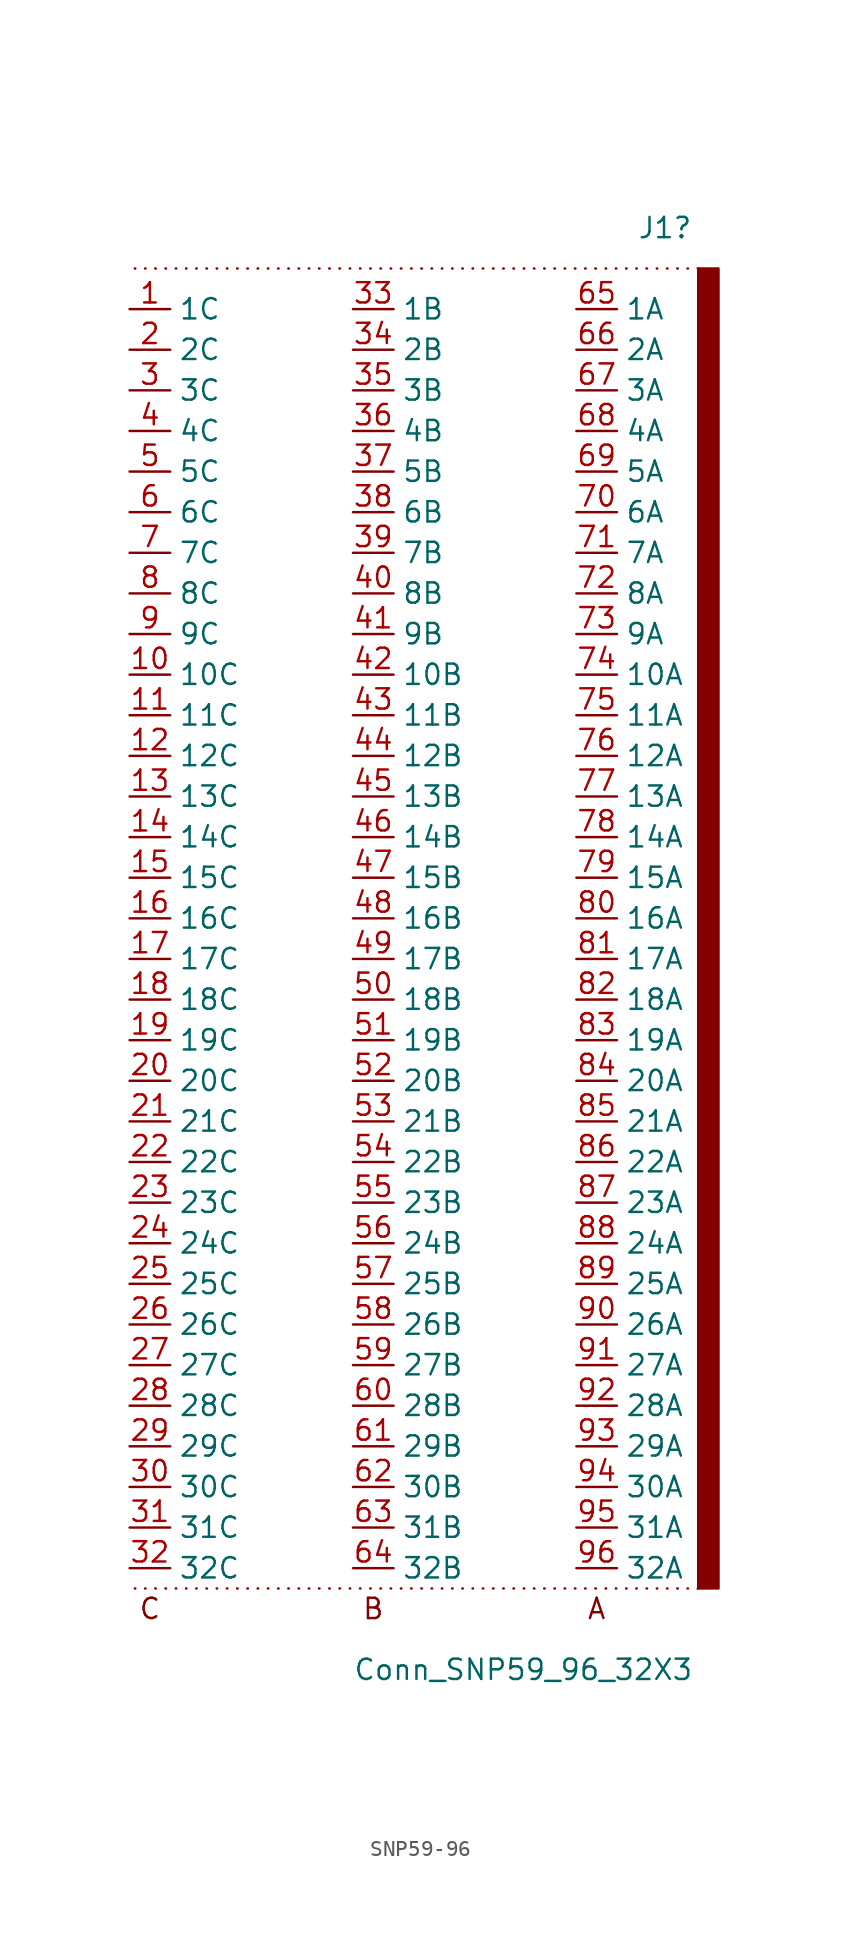
<source format=kicad_sym>
(kicad_symbol_lib
  (version 20220914)
  (generator kicad_symbol_editor)
  (symbol "SNP59-96"
    (property "Reference" "J1"
      (at 31.75 1.27 0)
      (effects (font (size 1.27 1.27)) (justify left)))
    (property "Value" "Conn_SNP59_96_32X3"
      (at 13.97 -88.9 0)
      (effects (font (size 1.27 1.27)) (justify left)))
    (symbol "SNP59-96_0_1"
      (polyline (pts (xy 35.56 -83.82) (xy 0 -83.82)) (stroke (width 0) (type dot)) (fill (type none)))
      (polyline (pts (xy 35.56 -1.27) (xy 0 -1.27)) (stroke (width 0) (type dot)) (fill (type none)))
      (rectangle (start 35.56 -1.27) (end 36.83 -83.82) (stroke (width 0) (type default)) (fill (type outline)))
      (text "A" (at 29.21 -85.09 0) (effects (font (size 1.27 1.27))))
      (text "B" (at 15.24 -85.09 0) (effects (font (size 1.27 1.27))))
      (text "C" (at 1.27 -85.09 0) (effects (font (size 1.27 1.27)))))
    (symbol "SNP59-96_1_1"
      (pin passive line (at 0 -3.81 0) (length 2.54) (name "1C" (effects (font (size 1.27 1.27)))) (number "1" (effects (font (size 1.27 1.27)))))
      (pin passive line (at 0 -26.67 0) (length 2.54) (name "10C" (effects (font (size 1.27 1.27)))) (number "10" (effects (font (size 1.27 1.27)))))
      (pin passive line (at 0 -29.21 0) (length 2.54) (name "11C" (effects (font (size 1.27 1.27)))) (number "11" (effects (font (size 1.27 1.27)))))
      (pin passive line (at 0 -31.75 0) (length 2.54) (name "12C" (effects (font (size 1.27 1.27)))) (number "12" (effects (font (size 1.27 1.27)))))
      (pin passive line (at 0 -34.29 0) (length 2.54) (name "13C" (effects (font (size 1.27 1.27)))) (number "13" (effects (font (size 1.27 1.27)))))
      (pin passive line (at 0 -36.83 0) (length 2.54) (name "14C" (effects (font (size 1.27 1.27)))) (number "14" (effects (font (size 1.27 1.27)))))
      (pin passive line (at 0 -39.37 0) (length 2.54) (name "15C" (effects (font (size 1.27 1.27)))) (number "15" (effects (font (size 1.27 1.27)))))
      (pin passive line (at 0 -41.91 0) (length 2.54) (name "16C" (effects (font (size 1.27 1.27)))) (number "16" (effects (font (size 1.27 1.27)))))
      (pin passive line (at 0 -44.45 0) (length 2.54) (name "17C" (effects (font (size 1.27 1.27)))) (number "17" (effects (font (size 1.27 1.27)))))
      (pin passive line (at 0 -46.99 0) (length 2.54) (name "18C" (effects (font (size 1.27 1.27)))) (number "18" (effects (font (size 1.27 1.27)))))
      (pin passive line (at 0 -49.53 0) (length 2.54) (name "19C" (effects (font (size 1.27 1.27)))) (number "19" (effects (font (size 1.27 1.27)))))
      (pin passive line (at 0 -6.35 0) (length 2.54) (name "2C" (effects (font (size 1.27 1.27)))) (number "2" (effects (font (size 1.27 1.27)))))
      (pin passive line (at 0 -52.07 0) (length 2.54) (name "20C" (effects (font (size 1.27 1.27)))) (number "20" (effects (font (size 1.27 1.27)))))
      (pin passive line (at 0 -54.61 0) (length 2.54) (name "21C" (effects (font (size 1.27 1.27)))) (number "21" (effects (font (size 1.27 1.27)))))
      (pin passive line (at 0 -57.15 0) (length 2.54) (name "22C" (effects (font (size 1.27 1.27)))) (number "22" (effects (font (size 1.27 1.27)))))
      (pin passive line (at 0 -59.69 0) (length 2.54) (name "23C" (effects (font (size 1.27 1.27)))) (number "23" (effects (font (size 1.27 1.27)))))
      (pin passive line (at 0 -62.23 0) (length 2.54) (name "24C" (effects (font (size 1.27 1.27)))) (number "24" (effects (font (size 1.27 1.27)))))
      (pin passive line (at 0 -64.77 0) (length 2.54) (name "25C" (effects (font (size 1.27 1.27)))) (number "25" (effects (font (size 1.27 1.27)))))
      (pin passive line (at 0 -67.31 0) (length 2.54) (name "26C" (effects (font (size 1.27 1.27)))) (number "26" (effects (font (size 1.27 1.27)))))
      (pin passive line (at 0 -69.85 0) (length 2.54) (name "27C" (effects (font (size 1.27 1.27)))) (number "27" (effects (font (size 1.27 1.27)))))
      (pin passive line (at 0 -72.39 0) (length 2.54) (name "28C" (effects (font (size 1.27 1.27)))) (number "28" (effects (font (size 1.27 1.27)))))
      (pin passive line (at 0 -74.93 0) (length 2.54) (name "29C" (effects (font (size 1.27 1.27)))) (number "29" (effects (font (size 1.27 1.27)))))
      (pin passive line (at 0 -8.89 0) (length 2.54) (name "3C" (effects (font (size 1.27 1.27)))) (number "3" (effects (font (size 1.27 1.27)))))
      (pin passive line (at 0 -77.47 0) (length 2.54) (name "30C" (effects (font (size 1.27 1.27)))) (number "30" (effects (font (size 1.27 1.27)))))
      (pin passive line (at 0 -80.01 0) (length 2.54) (name "31C" (effects (font (size 1.27 1.27)))) (number "31" (effects (font (size 1.27 1.27)))))
      (pin passive line (at 0 -82.55 0) (length 2.54) (name "32C" (effects (font (size 1.27 1.27)))) (number "32" (effects (font (size 1.27 1.27)))))
      (pin passive line (at 13.97 -3.81 0) (length 2.54) (name "1B" (effects (font (size 1.27 1.27)))) (number "33" (effects (font (size 1.27 1.27)))))
      (pin passive line (at 13.97 -6.35 0) (length 2.54) (name "2B" (effects (font (size 1.27 1.27)))) (number "34" (effects (font (size 1.27 1.27)))))
      (pin passive line (at 13.97 -8.89 0) (length 2.54) (name "3B" (effects (font (size 1.27 1.27)))) (number "35" (effects (font (size 1.27 1.27)))))
      (pin passive line (at 13.97 -11.43 0) (length 2.54) (name "4B" (effects (font (size 1.27 1.27)))) (number "36" (effects (font (size 1.27 1.27)))))
      (pin passive line (at 13.97 -13.97 0) (length 2.54) (name "5B" (effects (font (size 1.27 1.27)))) (number "37" (effects (font (size 1.27 1.27)))))
      (pin passive line (at 13.97 -16.51 0) (length 2.54) (name "6B" (effects (font (size 1.27 1.27)))) (number "38" (effects (font (size 1.27 1.27)))))
      (pin passive line (at 13.97 -19.05 0) (length 2.54) (name "7B" (effects (font (size 1.27 1.27)))) (number "39" (effects (font (size 1.27 1.27)))))
      (pin passive line (at 0 -11.43 0) (length 2.54) (name "4C" (effects (font (size 1.27 1.27)))) (number "4" (effects (font (size 1.27 1.27)))))
      (pin passive line (at 13.97 -21.59 0) (length 2.54) (name "8B" (effects (font (size 1.27 1.27)))) (number "40" (effects (font (size 1.27 1.27)))))
      (pin passive line (at 13.97 -24.13 0) (length 2.54) (name "9B" (effects (font (size 1.27 1.27)))) (number "41" (effects (font (size 1.27 1.27)))))
      (pin passive line (at 13.97 -26.67 0) (length 2.54) (name "10B" (effects (font (size 1.27 1.27)))) (number "42" (effects (font (size 1.27 1.27)))))
      (pin passive line (at 13.97 -29.21 0) (length 2.54) (name "11B" (effects (font (size 1.27 1.27)))) (number "43" (effects (font (size 1.27 1.27)))))
      (pin passive line (at 13.97 -31.75 0) (length 2.54) (name "12B" (effects (font (size 1.27 1.27)))) (number "44" (effects (font (size 1.27 1.27)))))
      (pin passive line (at 13.97 -34.29 0) (length 2.54) (name "13B" (effects (font (size 1.27 1.27)))) (number "45" (effects (font (size 1.27 1.27)))))
      (pin passive line (at 13.97 -36.83 0) (length 2.54) (name "14B" (effects (font (size 1.27 1.27)))) (number "46" (effects (font (size 1.27 1.27)))))
      (pin passive line (at 13.97 -39.37 0) (length 2.54) (name "15B" (effects (font (size 1.27 1.27)))) (number "47" (effects (font (size 1.27 1.27)))))
      (pin passive line (at 13.97 -41.91 0) (length 2.54) (name "16B" (effects (font (size 1.27 1.27)))) (number "48" (effects (font (size 1.27 1.27)))))
      (pin passive line (at 13.97 -44.45 0) (length 2.54) (name "17B" (effects (font (size 1.27 1.27)))) (number "49" (effects (font (size 1.27 1.27)))))
      (pin passive line (at 0 -13.97 0) (length 2.54) (name "5C" (effects (font (size 1.27 1.27)))) (number "5" (effects (font (size 1.27 1.27)))))
      (pin passive line (at 13.97 -46.99 0) (length 2.54) (name "18B" (effects (font (size 1.27 1.27)))) (number "50" (effects (font (size 1.27 1.27)))))
      (pin passive line (at 13.97 -49.53 0) (length 2.54) (name "19B" (effects (font (size 1.27 1.27)))) (number "51" (effects (font (size 1.27 1.27)))))
      (pin passive line (at 13.97 -52.07 0) (length 2.54) (name "20B" (effects (font (size 1.27 1.27)))) (number "52" (effects (font (size 1.27 1.27)))))
      (pin passive line (at 13.97 -54.61 0) (length 2.54) (name "21B" (effects (font (size 1.27 1.27)))) (number "53" (effects (font (size 1.27 1.27)))))
      (pin passive line (at 13.97 -57.15 0) (length 2.54) (name "22B" (effects (font (size 1.27 1.27)))) (number "54" (effects (font (size 1.27 1.27)))))
      (pin passive line (at 13.97 -59.69 0) (length 2.54) (name "23B" (effects (font (size 1.27 1.27)))) (number "55" (effects (font (size 1.27 1.27)))))
      (pin passive line (at 13.97 -62.23 0) (length 2.54) (name "24B" (effects (font (size 1.27 1.27)))) (number "56" (effects (font (size 1.27 1.27)))))
      (pin passive line (at 13.97 -64.77 0) (length 2.54) (name "25B" (effects (font (size 1.27 1.27)))) (number "57" (effects (font (size 1.27 1.27)))))
      (pin passive line (at 13.97 -67.31 0) (length 2.54) (name "26B" (effects (font (size 1.27 1.27)))) (number "58" (effects (font (size 1.27 1.27)))))
      (pin passive line (at 13.97 -69.85 0) (length 2.54) (name "27B" (effects (font (size 1.27 1.27)))) (number "59" (effects (font (size 1.27 1.27)))))
      (pin passive line (at 0 -16.51 0) (length 2.54) (name "6C" (effects (font (size 1.27 1.27)))) (number "6" (effects (font (size 1.27 1.27)))))
      (pin passive line (at 13.97 -72.39 0) (length 2.54) (name "28B" (effects (font (size 1.27 1.27)))) (number "60" (effects (font (size 1.27 1.27)))))
      (pin passive line (at 13.97 -74.93 0) (length 2.54) (name "29B" (effects (font (size 1.27 1.27)))) (number "61" (effects (font (size 1.27 1.27)))))
      (pin passive line (at 13.97 -77.47 0) (length 2.54) (name "30B" (effects (font (size 1.27 1.27)))) (number "62" (effects (font (size 1.27 1.27)))))
      (pin passive line (at 13.97 -80.01 0) (length 2.54) (name "31B" (effects (font (size 1.27 1.27)))) (number "63" (effects (font (size 1.27 1.27)))))
      (pin passive line (at 13.97 -82.55 0) (length 2.54) (name "32B" (effects (font (size 1.27 1.27)))) (number "64" (effects (font (size 1.27 1.27)))))
      (pin passive line (at 27.94 -3.81 0) (length 2.54) (name "1A" (effects (font (size 1.27 1.27)))) (number "65" (effects (font (size 1.27 1.27)))))
      (pin passive line (at 27.94 -6.35 0) (length 2.54) (name "2A" (effects (font (size 1.27 1.27)))) (number "66" (effects (font (size 1.27 1.27)))))
      (pin passive line (at 27.94 -8.89 0) (length 2.54) (name "3A" (effects (font (size 1.27 1.27)))) (number "67" (effects (font (size 1.27 1.27)))))
      (pin passive line (at 27.94 -11.43 0) (length 2.54) (name "4A" (effects (font (size 1.27 1.27)))) (number "68" (effects (font (size 1.27 1.27)))))
      (pin passive line (at 27.94 -13.97 0) (length 2.54) (name "5A" (effects (font (size 1.27 1.27)))) (number "69" (effects (font (size 1.27 1.27)))))
      (pin passive line (at 0 -19.05 0) (length 2.54) (name "7C" (effects (font (size 1.27 1.27)))) (number "7" (effects (font (size 1.27 1.27)))))
      (pin passive line (at 27.94 -16.51 0) (length 2.54) (name "6A" (effects (font (size 1.27 1.27)))) (number "70" (effects (font (size 1.27 1.27)))))
      (pin passive line (at 27.94 -19.05 0) (length 2.54) (name "7A" (effects (font (size 1.27 1.27)))) (number "71" (effects (font (size 1.27 1.27)))))
      (pin passive line (at 27.94 -21.59 0) (length 2.54) (name "8A" (effects (font (size 1.27 1.27)))) (number "72" (effects (font (size 1.27 1.27)))))
      (pin passive line (at 27.94 -24.13 0) (length 2.54) (name "9A" (effects (font (size 1.27 1.27)))) (number "73" (effects (font (size 1.27 1.27)))))
      (pin passive line (at 27.94 -26.67 0) (length 2.54) (name "10A" (effects (font (size 1.27 1.27)))) (number "74" (effects (font (size 1.27 1.27)))))
      (pin passive line (at 27.94 -29.21 0) (length 2.54) (name "11A" (effects (font (size 1.27 1.27)))) (number "75" (effects (font (size 1.27 1.27)))))
      (pin passive line (at 27.94 -31.75 0) (length 2.54) (name "12A" (effects (font (size 1.27 1.27)))) (number "76" (effects (font (size 1.27 1.27)))))
      (pin passive line (at 27.94 -34.29 0) (length 2.54) (name "13A" (effects (font (size 1.27 1.27)))) (number "77" (effects (font (size 1.27 1.27)))))
      (pin passive line (at 27.94 -36.83 0) (length 2.54) (name "14A" (effects (font (size 1.27 1.27)))) (number "78" (effects (font (size 1.27 1.27)))))
      (pin passive line (at 27.94 -39.37 0) (length 2.54) (name "15A" (effects (font (size 1.27 1.27)))) (number "79" (effects (font (size 1.27 1.27)))))
      (pin passive line (at 0 -21.59 0) (length 2.54) (name "8C" (effects (font (size 1.27 1.27)))) (number "8" (effects (font (size 1.27 1.27)))))
      (pin passive line (at 27.94 -41.91 0) (length 2.54) (name "16A" (effects (font (size 1.27 1.27)))) (number "80" (effects (font (size 1.27 1.27)))))
      (pin passive line (at 27.94 -44.45 0) (length 2.54) (name "17A" (effects (font (size 1.27 1.27)))) (number "81" (effects (font (size 1.27 1.27)))))
      (pin passive line (at 27.94 -46.99 0) (length 2.54) (name "18A" (effects (font (size 1.27 1.27)))) (number "82" (effects (font (size 1.27 1.27)))))
      (pin passive line (at 27.94 -49.53 0) (length 2.54) (name "19A" (effects (font (size 1.27 1.27)))) (number "83" (effects (font (size 1.27 1.27)))))
      (pin passive line (at 27.94 -52.07 0) (length 2.54) (name "20A" (effects (font (size 1.27 1.27)))) (number "84" (effects (font (size 1.27 1.27)))))
      (pin passive line (at 27.94 -54.61 0) (length 2.54) (name "21A" (effects (font (size 1.27 1.27)))) (number "85" (effects (font (size 1.27 1.27)))))
      (pin passive line (at 27.94 -57.15 0) (length 2.54) (name "22A" (effects (font (size 1.27 1.27)))) (number "86" (effects (font (size 1.27 1.27)))))
      (pin passive line (at 27.94 -59.69 0) (length 2.54) (name "23A" (effects (font (size 1.27 1.27)))) (number "87" (effects (font (size 1.27 1.27)))))
      (pin passive line (at 27.94 -62.23 0) (length 2.54) (name "24A" (effects (font (size 1.27 1.27)))) (number "88" (effects (font (size 1.27 1.27)))))
      (pin passive line (at 27.94 -64.77 0) (length 2.54) (name "25A" (effects (font (size 1.27 1.27)))) (number "89" (effects (font (size 1.27 1.27)))))
      (pin passive line (at 0 -24.13 0) (length 2.54) (name "9C" (effects (font (size 1.27 1.27)))) (number "9" (effects (font (size 1.27 1.27)))))
      (pin passive line (at 27.94 -67.31 0) (length 2.54) (name "26A" (effects (font (size 1.27 1.27)))) (number "90" (effects (font (size 1.27 1.27)))))
      (pin passive line (at 27.94 -69.85 0) (length 2.54) (name "27A" (effects (font (size 1.27 1.27)))) (number "91" (effects (font (size 1.27 1.27)))))
      (pin passive line (at 27.94 -72.39 0) (length 2.54) (name "28A" (effects (font (size 1.27 1.27)))) (number "92" (effects (font (size 1.27 1.27)))))
      (pin passive line (at 27.94 -74.93 0) (length 2.54) (name "29A" (effects (font (size 1.27 1.27)))) (number "93" (effects (font (size 1.27 1.27)))))
      (pin passive line (at 27.94 -77.47 0) (length 2.54) (name "30A" (effects (font (size 1.27 1.27)))) (number "94" (effects (font (size 1.27 1.27)))))
      (pin passive line (at 27.94 -80.01 0) (length 2.54) (name "31A" (effects (font (size 1.27 1.27)))) (number "95" (effects (font (size 1.27 1.27)))))
      (pin passive line (at 27.94 -82.55 0) (length 2.54) (name "32A" (effects (font (size 1.27 1.27)))) (number "96" (effects (font (size 1.27 1.27))))))))
</source>
